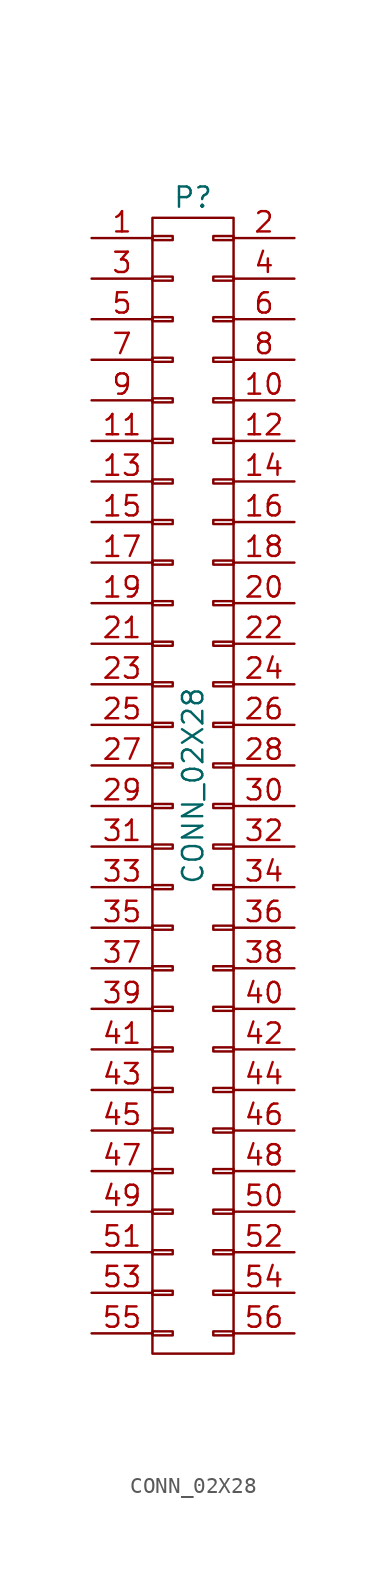
<source format=kicad_sym>
(kicad_symbol_lib
  (version 20231120)
  (generator "kicad_symbol_editor")
  (generator_version "8.0")
  (symbol "CONN_02X28"
    (pin_names
      (offset 0.025) hide)
    (property "Reference" "P"
      (at 0 36.83 0)
      (effects (font (size 1.27 1.27))))
    (property "Value" "CONN_02X28"
      (at 0 0 90)
      (effects (font (size 1.27 1.27))))
    (property "Footprint" ""
      (at 0 -15.24 0)
      (effects (font (size 1.27 1.27))))
    (property "Datasheet" ""
      (at 0 -15.24 0)
      (effects (font (size 1.27 1.27))))
    (symbol "CONN_02X28_0_1"
      (rectangle (start -2.54 -34.163) (end -1.27 -34.417) (stroke (width 0) (type solid)) (fill (type none)))
      (rectangle (start -2.54 -31.623) (end -1.27 -31.877) (stroke (width 0) (type solid)) (fill (type none)))
      (rectangle (start -2.54 -29.083) (end -1.27 -29.337) (stroke (width 0) (type solid)) (fill (type none)))
      (rectangle (start -2.54 -26.543) (end -1.27 -26.797) (stroke (width 0) (type solid)) (fill (type none)))
      (rectangle (start -2.54 -24.003) (end -1.27 -24.257) (stroke (width 0) (type solid)) (fill (type none)))
      (rectangle (start -2.54 -21.463) (end -1.27 -21.717) (stroke (width 0) (type solid)) (fill (type none)))
      (rectangle (start -2.54 -18.923) (end -1.27 -19.177) (stroke (width 0) (type solid)) (fill (type none)))
      (rectangle (start -2.54 -16.383) (end -1.27 -16.637) (stroke (width 0) (type solid)) (fill (type none)))
      (rectangle (start -2.54 -13.843) (end -1.27 -14.097) (stroke (width 0) (type solid)) (fill (type none)))
      (rectangle (start -2.54 -11.303) (end -1.27 -11.557) (stroke (width 0) (type solid)) (fill (type none)))
      (rectangle (start -2.54 -8.763) (end -1.27 -9.017) (stroke (width 0) (type solid)) (fill (type none)))
      (rectangle (start -2.54 -6.223) (end -1.27 -6.477) (stroke (width 0) (type solid)) (fill (type none)))
      (rectangle (start -2.54 -3.683) (end -1.27 -3.937) (stroke (width 0) (type solid)) (fill (type none)))
      (rectangle (start -2.54 -1.143) (end -1.27 -1.397) (stroke (width 0) (type solid)) (fill (type none)))
      (rectangle (start -2.54 1.397) (end -1.27 1.143) (stroke (width 0) (type solid)) (fill (type none)))
      (rectangle (start -2.54 3.937) (end -1.27 3.683) (stroke (width 0) (type solid)) (fill (type none)))
      (rectangle (start -2.54 6.477) (end -1.27 6.223) (stroke (width 0) (type solid)) (fill (type none)))
      (rectangle (start -2.54 9.017) (end -1.27 8.763) (stroke (width 0) (type solid)) (fill (type none)))
      (rectangle (start -2.54 11.557) (end -1.27 11.303) (stroke (width 0) (type solid)) (fill (type none)))
      (rectangle (start -2.54 14.097) (end -1.27 13.843) (stroke (width 0) (type solid)) (fill (type none)))
      (rectangle (start -2.54 16.637) (end -1.27 16.383) (stroke (width 0) (type solid)) (fill (type none)))
      (rectangle (start -2.54 19.177) (end -1.27 18.923) (stroke (width 0) (type solid)) (fill (type none)))
      (rectangle (start -2.54 21.717) (end -1.27 21.463) (stroke (width 0) (type solid)) (fill (type none)))
      (rectangle (start -2.54 24.257) (end -1.27 24.003) (stroke (width 0) (type solid)) (fill (type none)))
      (rectangle (start -2.54 26.797) (end -1.27 26.543) (stroke (width 0) (type solid)) (fill (type none)))
      (rectangle (start -2.54 29.337) (end -1.27 29.083) (stroke (width 0) (type solid)) (fill (type none)))
      (rectangle (start -2.54 31.877) (end -1.27 31.623) (stroke (width 0) (type solid)) (fill (type none)))
      (rectangle (start -2.54 34.417) (end -1.27 34.163) (stroke (width 0) (type solid)) (fill (type none)))
      (rectangle (start -2.54 35.56) (end 2.54 -35.56) (stroke (width 0) (type solid)) (fill (type none)))
      (rectangle (start 1.27 -34.163) (end 2.54 -34.417) (stroke (width 0) (type solid)) (fill (type none)))
      (rectangle (start 1.27 -31.623) (end 2.54 -31.877) (stroke (width 0) (type solid)) (fill (type none)))
      (rectangle (start 1.27 -29.083) (end 2.54 -29.337) (stroke (width 0) (type solid)) (fill (type none)))
      (rectangle (start 1.27 -26.543) (end 2.54 -26.797) (stroke (width 0) (type solid)) (fill (type none)))
      (rectangle (start 1.27 -24.003) (end 2.54 -24.257) (stroke (width 0) (type solid)) (fill (type none)))
      (rectangle (start 1.27 -21.463) (end 2.54 -21.717) (stroke (width 0) (type solid)) (fill (type none)))
      (rectangle (start 1.27 -18.923) (end 2.54 -19.177) (stroke (width 0) (type solid)) (fill (type none)))
      (rectangle (start 1.27 -16.383) (end 2.54 -16.637) (stroke (width 0) (type solid)) (fill (type none)))
      (rectangle (start 1.27 -13.843) (end 2.54 -14.097) (stroke (width 0) (type solid)) (fill (type none)))
      (rectangle (start 1.27 -11.303) (end 2.54 -11.557) (stroke (width 0) (type solid)) (fill (type none)))
      (rectangle (start 1.27 -8.763) (end 2.54 -9.017) (stroke (width 0) (type solid)) (fill (type none)))
      (rectangle (start 1.27 -6.223) (end 2.54 -6.477) (stroke (width 0) (type solid)) (fill (type none)))
      (rectangle (start 1.27 -3.683) (end 2.54 -3.937) (stroke (width 0) (type solid)) (fill (type none)))
      (rectangle (start 1.27 -1.143) (end 2.54 -1.397) (stroke (width 0) (type solid)) (fill (type none)))
      (rectangle (start 1.27 1.397) (end 2.54 1.143) (stroke (width 0) (type solid)) (fill (type none)))
      (rectangle (start 1.27 3.937) (end 2.54 3.683) (stroke (width 0) (type solid)) (fill (type none)))
      (rectangle (start 1.27 6.477) (end 2.54 6.223) (stroke (width 0) (type solid)) (fill (type none)))
      (rectangle (start 1.27 9.017) (end 2.54 8.763) (stroke (width 0) (type solid)) (fill (type none)))
      (rectangle (start 1.27 11.557) (end 2.54 11.303) (stroke (width 0) (type solid)) (fill (type none)))
      (rectangle (start 1.27 14.097) (end 2.54 13.843) (stroke (width 0) (type solid)) (fill (type none)))
      (rectangle (start 1.27 16.637) (end 2.54 16.383) (stroke (width 0) (type solid)) (fill (type none)))
      (rectangle (start 1.27 19.177) (end 2.54 18.923) (stroke (width 0) (type solid)) (fill (type none)))
      (rectangle (start 1.27 21.717) (end 2.54 21.463) (stroke (width 0) (type solid)) (fill (type none)))
      (rectangle (start 1.27 24.257) (end 2.54 24.003) (stroke (width 0) (type solid)) (fill (type none)))
      (rectangle (start 1.27 26.797) (end 2.54 26.543) (stroke (width 0) (type solid)) (fill (type none)))
      (rectangle (start 1.27 29.337) (end 2.54 29.083) (stroke (width 0) (type solid)) (fill (type none)))
      (rectangle (start 1.27 31.877) (end 2.54 31.623) (stroke (width 0) (type solid)) (fill (type none)))
      (rectangle (start 1.27 34.417) (end 2.54 34.163) (stroke (width 0) (type solid)) (fill (type none))))
    (symbol "CONN_02X28_1_1"
      (pin passive line (at -6.35 34.29 0) (length 3.81) (name "P1" (effects (font (size 1.27 1.27)))) (number "1" (effects (font (size 1.27 1.27)))))
      (pin passive line (at 6.35 24.13 180) (length 3.81) (name "P10" (effects (font (size 1.27 1.27)))) (number "10" (effects (font (size 1.27 1.27)))))
      (pin passive line (at -6.35 21.59 0) (length 3.81) (name "P11" (effects (font (size 1.27 1.27)))) (number "11" (effects (font (size 1.27 1.27)))))
      (pin passive line (at 6.35 21.59 180) (length 3.81) (name "P12" (effects (font (size 1.27 1.27)))) (number "12" (effects (font (size 1.27 1.27)))))
      (pin passive line (at -6.35 19.05 0) (length 3.81) (name "P13" (effects (font (size 1.27 1.27)))) (number "13" (effects (font (size 1.27 1.27)))))
      (pin passive line (at 6.35 19.05 180) (length 3.81) (name "P14" (effects (font (size 1.27 1.27)))) (number "14" (effects (font (size 1.27 1.27)))))
      (pin passive line (at -6.35 16.51 0) (length 3.81) (name "P15" (effects (font (size 1.27 1.27)))) (number "15" (effects (font (size 1.27 1.27)))))
      (pin passive line (at 6.35 16.51 180) (length 3.81) (name "P16" (effects (font (size 1.27 1.27)))) (number "16" (effects (font (size 1.27 1.27)))))
      (pin passive line (at -6.35 13.97 0) (length 3.81) (name "P17" (effects (font (size 1.27 1.27)))) (number "17" (effects (font (size 1.27 1.27)))))
      (pin passive line (at 6.35 13.97 180) (length 3.81) (name "P18" (effects (font (size 1.27 1.27)))) (number "18" (effects (font (size 1.27 1.27)))))
      (pin passive line (at -6.35 11.43 0) (length 3.81) (name "P19" (effects (font (size 1.27 1.27)))) (number "19" (effects (font (size 1.27 1.27)))))
      (pin passive line (at 6.35 34.29 180) (length 3.81) (name "P2" (effects (font (size 1.27 1.27)))) (number "2" (effects (font (size 1.27 1.27)))))
      (pin passive line (at 6.35 11.43 180) (length 3.81) (name "P20" (effects (font (size 1.27 1.27)))) (number "20" (effects (font (size 1.27 1.27)))))
      (pin passive line (at -6.35 8.89 0) (length 3.81) (name "P21" (effects (font (size 1.27 1.27)))) (number "21" (effects (font (size 1.27 1.27)))))
      (pin passive line (at 6.35 8.89 180) (length 3.81) (name "P22" (effects (font (size 1.27 1.27)))) (number "22" (effects (font (size 1.27 1.27)))))
      (pin passive line (at -6.35 6.35 0) (length 3.81) (name "P23" (effects (font (size 1.27 1.27)))) (number "23" (effects (font (size 1.27 1.27)))))
      (pin passive line (at 6.35 6.35 180) (length 3.81) (name "P24" (effects (font (size 1.27 1.27)))) (number "24" (effects (font (size 1.27 1.27)))))
      (pin passive line (at -6.35 3.81 0) (length 3.81) (name "P25" (effects (font (size 1.27 1.27)))) (number "25" (effects (font (size 1.27 1.27)))))
      (pin passive line (at 6.35 3.81 180) (length 3.81) (name "P26" (effects (font (size 1.27 1.27)))) (number "26" (effects (font (size 1.27 1.27)))))
      (pin passive line (at -6.35 1.27 0) (length 3.81) (name "P27" (effects (font (size 1.27 1.27)))) (number "27" (effects (font (size 1.27 1.27)))))
      (pin passive line (at 6.35 1.27 180) (length 3.81) (name "P28" (effects (font (size 1.27 1.27)))) (number "28" (effects (font (size 1.27 1.27)))))
      (pin passive line (at -6.35 -1.27 0) (length 3.81) (name "P29" (effects (font (size 1.27 1.27)))) (number "29" (effects (font (size 1.27 1.27)))))
      (pin passive line (at -6.35 31.75 0) (length 3.81) (name "P3" (effects (font (size 1.27 1.27)))) (number "3" (effects (font (size 1.27 1.27)))))
      (pin passive line (at 6.35 -1.27 180) (length 3.81) (name "P30" (effects (font (size 1.27 1.27)))) (number "30" (effects (font (size 1.27 1.27)))))
      (pin passive line (at -6.35 -3.81 0) (length 3.81) (name "P31" (effects (font (size 1.27 1.27)))) (number "31" (effects (font (size 1.27 1.27)))))
      (pin passive line (at 6.35 -3.81 180) (length 3.81) (name "P32" (effects (font (size 1.27 1.27)))) (number "32" (effects (font (size 1.27 1.27)))))
      (pin passive line (at -6.35 -6.35 0) (length 3.81) (name "P33" (effects (font (size 1.27 1.27)))) (number "33" (effects (font (size 1.27 1.27)))))
      (pin passive line (at 6.35 -6.35 180) (length 3.81) (name "P34" (effects (font (size 1.27 1.27)))) (number "34" (effects (font (size 1.27 1.27)))))
      (pin passive line (at -6.35 -8.89 0) (length 3.81) (name "P35" (effects (font (size 1.27 1.27)))) (number "35" (effects (font (size 1.27 1.27)))))
      (pin passive line (at 6.35 -8.89 180) (length 3.81) (name "P36" (effects (font (size 1.27 1.27)))) (number "36" (effects (font (size 1.27 1.27)))))
      (pin passive line (at -6.35 -11.43 0) (length 3.81) (name "P37" (effects (font (size 1.27 1.27)))) (number "37" (effects (font (size 1.27 1.27)))))
      (pin passive line (at 6.35 -11.43 180) (length 3.81) (name "P38" (effects (font (size 1.27 1.27)))) (number "38" (effects (font (size 1.27 1.27)))))
      (pin passive line (at -6.35 -13.97 0) (length 3.81) (name "P39" (effects (font (size 1.27 1.27)))) (number "39" (effects (font (size 1.27 1.27)))))
      (pin passive line (at 6.35 31.75 180) (length 3.81) (name "P4" (effects (font (size 1.27 1.27)))) (number "4" (effects (font (size 1.27 1.27)))))
      (pin passive line (at 6.35 -13.97 180) (length 3.81) (name "P40" (effects (font (size 1.27 1.27)))) (number "40" (effects (font (size 1.27 1.27)))))
      (pin passive line (at -6.35 -16.51 0) (length 3.81) (name "P41" (effects (font (size 1.27 1.27)))) (number "41" (effects (font (size 1.27 1.27)))))
      (pin passive line (at 6.35 -16.51 180) (length 3.81) (name "P42" (effects (font (size 1.27 1.27)))) (number "42" (effects (font (size 1.27 1.27)))))
      (pin passive line (at -6.35 -19.05 0) (length 3.81) (name "P43" (effects (font (size 1.27 1.27)))) (number "43" (effects (font (size 1.27 1.27)))))
      (pin passive line (at 6.35 -19.05 180) (length 3.81) (name "P44" (effects (font (size 1.27 1.27)))) (number "44" (effects (font (size 1.27 1.27)))))
      (pin passive line (at -6.35 -21.59 0) (length 3.81) (name "P45" (effects (font (size 1.27 1.27)))) (number "45" (effects (font (size 1.27 1.27)))))
      (pin passive line (at 6.35 -21.59 180) (length 3.81) (name "P46" (effects (font (size 1.27 1.27)))) (number "46" (effects (font (size 1.27 1.27)))))
      (pin passive line (at -6.35 -24.13 0) (length 3.81) (name "P47" (effects (font (size 1.27 1.27)))) (number "47" (effects (font (size 1.27 1.27)))))
      (pin passive line (at 6.35 -24.13 180) (length 3.81) (name "P48" (effects (font (size 1.27 1.27)))) (number "48" (effects (font (size 1.27 1.27)))))
      (pin passive line (at -6.35 -26.67 0) (length 3.81) (name "P49" (effects (font (size 1.27 1.27)))) (number "49" (effects (font (size 1.27 1.27)))))
      (pin passive line (at -6.35 29.21 0) (length 3.81) (name "P5" (effects (font (size 1.27 1.27)))) (number "5" (effects (font (size 1.27 1.27)))))
      (pin passive line (at 6.35 -26.67 180) (length 3.81) (name "P50" (effects (font (size 1.27 1.27)))) (number "50" (effects (font (size 1.27 1.27)))))
      (pin passive line (at -6.35 -29.21 0) (length 3.81) (name "P51" (effects (font (size 1.27 1.27)))) (number "51" (effects (font (size 1.27 1.27)))))
      (pin passive line (at 6.35 -29.21 180) (length 3.81) (name "P52" (effects (font (size 1.27 1.27)))) (number "52" (effects (font (size 1.27 1.27)))))
      (pin passive line (at -6.35 -31.75 0) (length 3.81) (name "P53" (effects (font (size 1.27 1.27)))) (number "53" (effects (font (size 1.27 1.27)))))
      (pin passive line (at 6.35 -31.75 180) (length 3.81) (name "P54" (effects (font (size 1.27 1.27)))) (number "54" (effects (font (size 1.27 1.27)))))
      (pin passive line (at -6.35 -34.29 0) (length 3.81) (name "P55" (effects (font (size 1.27 1.27)))) (number "55" (effects (font (size 1.27 1.27)))))
      (pin passive line (at 6.35 -34.29 180) (length 3.81) (name "P56" (effects (font (size 1.27 1.27)))) (number "56" (effects (font (size 1.27 1.27)))))
      (pin passive line (at 6.35 29.21 180) (length 3.81) (name "P6" (effects (font (size 1.27 1.27)))) (number "6" (effects (font (size 1.27 1.27)))))
      (pin passive line (at -6.35 26.67 0) (length 3.81) (name "P7" (effects (font (size 1.27 1.27)))) (number "7" (effects (font (size 1.27 1.27)))))
      (pin passive line (at 6.35 26.67 180) (length 3.81) (name "P8" (effects (font (size 1.27 1.27)))) (number "8" (effects (font (size 1.27 1.27)))))
      (pin passive line (at -6.35 24.13 0) (length 3.81) (name "P9" (effects (font (size 1.27 1.27)))) (number "9" (effects (font (size 1.27 1.27))))))))
</source>
